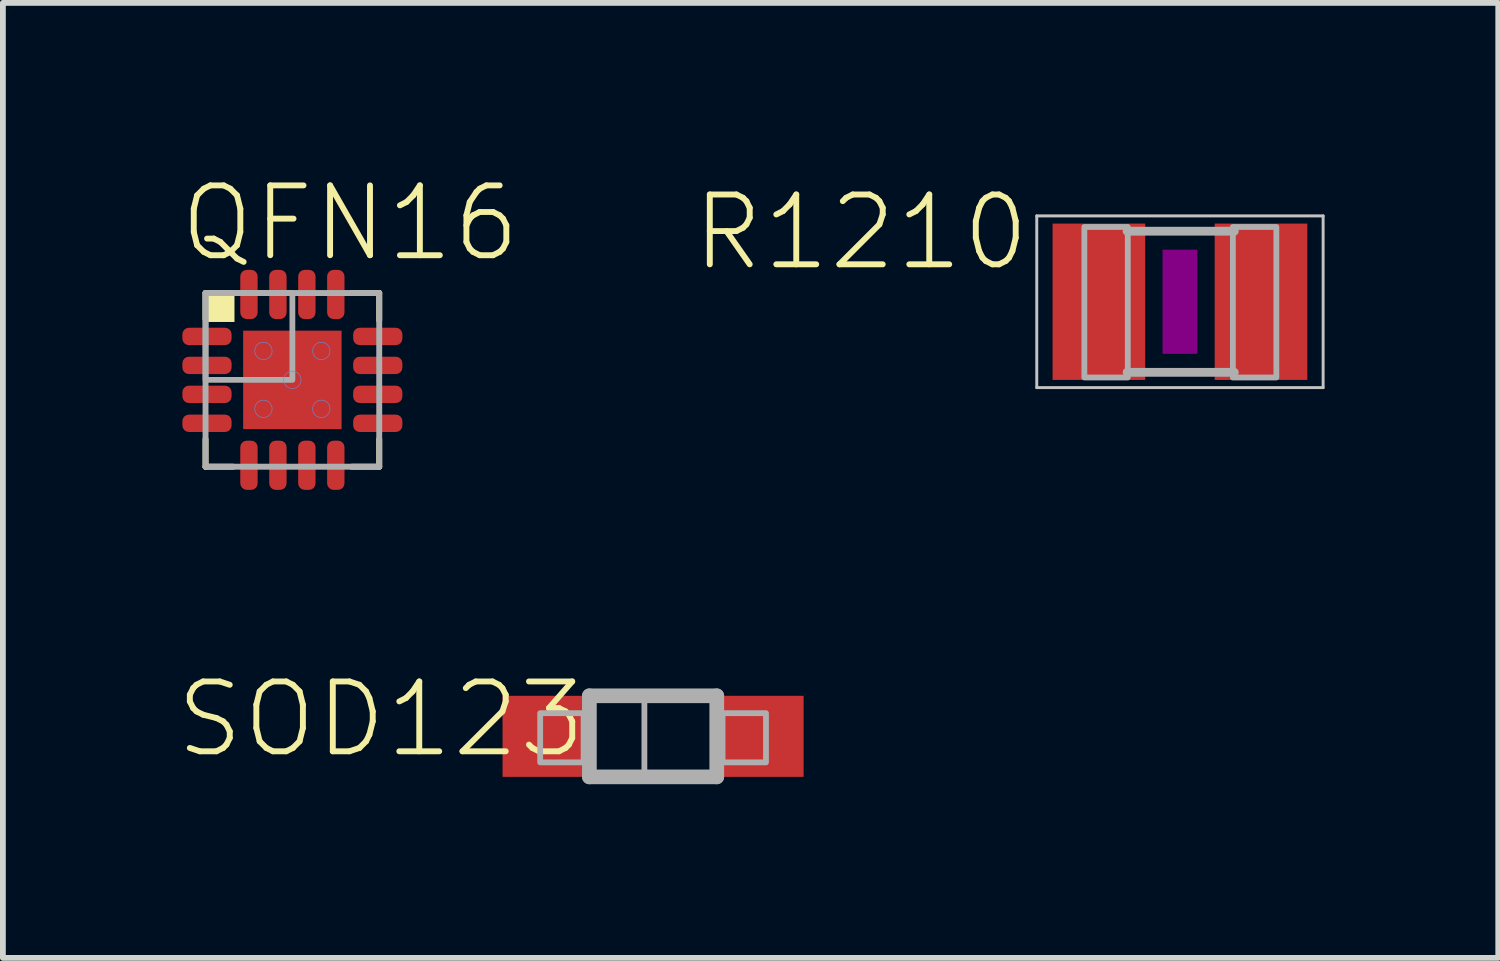
<source format=kicad_pcb>
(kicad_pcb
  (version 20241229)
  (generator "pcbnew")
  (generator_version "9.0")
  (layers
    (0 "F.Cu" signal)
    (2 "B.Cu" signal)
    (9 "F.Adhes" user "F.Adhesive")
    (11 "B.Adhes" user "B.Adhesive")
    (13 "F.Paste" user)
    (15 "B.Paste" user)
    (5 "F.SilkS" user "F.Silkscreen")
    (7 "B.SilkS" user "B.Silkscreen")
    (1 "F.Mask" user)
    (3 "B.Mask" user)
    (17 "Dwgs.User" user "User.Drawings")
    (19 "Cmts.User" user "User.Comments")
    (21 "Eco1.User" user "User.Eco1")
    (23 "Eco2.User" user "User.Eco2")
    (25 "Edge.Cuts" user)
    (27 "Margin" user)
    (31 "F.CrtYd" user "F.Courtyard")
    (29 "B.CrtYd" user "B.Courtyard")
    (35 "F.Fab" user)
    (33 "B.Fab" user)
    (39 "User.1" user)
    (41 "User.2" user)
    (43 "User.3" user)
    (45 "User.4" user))
  (footprint "QFN16"
    (layer "F.Cu")
    (at 2 3.511)
    (property "Reference" "QFN16" (at -2 -2 0) (layer "F.SilkS") (effects (font (size 1.206 1.206) (thickness 0.102)) (justify left bottom)))
    (attr through_hole)
    (fp_circle (center -1.2 -0.75) (end -1 -0.75) (stroke (width 0) (type solid)) (fill yes) (layer "F.Mask"))
    (fp_circle (center -1.2 -0.25) (end -1 -0.25) (stroke (width 0) (type solid)) (fill yes) (layer "F.Mask"))
    (fp_circle (center -1.2 0.25) (end -1 0.25) (stroke (width 0) (type solid)) (fill yes) (layer "F.Mask"))
    (fp_circle (center -1.2 0.75) (end -1 0.75) (stroke (width 0) (type solid)) (fill yes) (layer "F.Mask"))
    (fp_circle (center -0.75 -1.2) (end -0.55 -1.2) (stroke (width 0) (type solid)) (fill yes) (layer "F.Mask"))
    (fp_circle (center -0.75 1.2) (end -0.55 1.2) (stroke (width 0) (type solid)) (fill yes) (layer "F.Mask"))
    (fp_circle (center -0.25 -1.2) (end -0.05 -1.2) (stroke (width 0) (type solid)) (fill yes) (layer "F.Mask"))
    (fp_circle (center -0.25 1.2) (end -0.05 1.2) (stroke (width 0) (type solid)) (fill yes) (layer "F.Mask"))
    (fp_circle (center 0.25 -1.2) (end 0.45 -1.2) (stroke (width 0) (type solid)) (fill yes) (layer "F.Mask"))
    (fp_circle (center 0.25 1.2) (end 0.45 1.2) (stroke (width 0) (type solid)) (fill yes) (layer "F.Mask"))
    (fp_circle (center 0.75 -1.2) (end 0.95 -1.2) (stroke (width 0) (type solid)) (fill yes) (layer "F.Mask"))
    (fp_circle (center 0.75 1.2) (end 0.95 1.2) (stroke (width 0) (type solid)) (fill yes) (layer "F.Mask"))
    (fp_circle (center 1.2 -0.75) (end 1.4 -0.75) (stroke (width 0) (type solid)) (fill yes) (layer "F.Mask"))
    (fp_circle (center 1.2 -0.25) (end 1.4 -0.25) (stroke (width 0) (type solid)) (fill yes) (layer "F.Mask"))
    (fp_circle (center 1.2 0.25) (end 1.4 0.25) (stroke (width 0) (type solid)) (fill yes) (layer "F.Mask"))
    (fp_circle (center 1.2 0.75) (end 1.4 0.75) (stroke (width 0) (type solid)) (fill yes) (layer "F.Mask"))
    (fp_poly (pts (xy -1.9 -0.55) (xy -1.2 -0.55) (xy -1.2 -0.95) (xy -1.9 -0.95)) (stroke (width 0) (type solid)) (fill yes) (layer "F.Mask"))
    (fp_poly (pts (xy -1.9 -0.05) (xy -1.2 -0.05) (xy -1.2 -0.45) (xy -1.9 -0.45)) (stroke (width 0) (type solid)) (fill yes) (layer "F.Mask"))
    (fp_poly (pts (xy -1.9 0.45) (xy -1.2 0.45) (xy -1.2 0.05) (xy -1.9 0.05)) (stroke (width 0) (type solid)) (fill yes) (layer "F.Mask"))
    (fp_poly (pts (xy -1.9 0.95) (xy -1.2 0.95) (xy -1.2 0.55) (xy -1.9 0.55)) (stroke (width 0) (type solid)) (fill yes) (layer "F.Mask"))
    (fp_poly (pts (xy -0.95 -1.9) (xy -0.95 -1.2) (xy -0.55 -1.2) (xy -0.55 -1.9)) (stroke (width 0) (type solid)) (fill yes) (layer "F.Mask"))
    (fp_poly (pts (xy -0.875 0.875) (xy 0.875 0.875) (xy 0.875 -0.875) (xy -0.875 -0.875)) (stroke (width 0) (type solid)) (fill yes) (layer "F.Mask"))
    (fp_poly (pts (xy -0.55 1.9) (xy -0.55 1.2) (xy -0.95 1.2) (xy -0.95 1.9)) (stroke (width 0) (type solid)) (fill yes) (layer "F.Mask"))
    (fp_poly (pts (xy -0.45 -1.9) (xy -0.45 -1.2) (xy -0.05 -1.2) (xy -0.05 -1.9)) (stroke (width 0) (type solid)) (fill yes) (layer "F.Mask"))
    (fp_poly (pts (xy -0.05 1.9) (xy -0.05 1.2) (xy -0.45 1.2) (xy -0.45 1.9)) (stroke (width 0) (type solid)) (fill yes) (layer "F.Mask"))
    (fp_poly (pts (xy 0.05 -1.9) (xy 0.05 -1.2) (xy 0.45 -1.2) (xy 0.45 -1.9)) (stroke (width 0) (type solid)) (fill yes) (layer "F.Mask"))
    (fp_poly (pts (xy 0.45 1.9) (xy 0.45 1.2) (xy 0.05 1.2) (xy 0.05 1.9)) (stroke (width 0) (type solid)) (fill yes) (layer "F.Mask"))
    (fp_poly (pts (xy 0.55 -1.9) (xy 0.55 -1.2) (xy 0.95 -1.2) (xy 0.95 -1.9)) (stroke (width 0) (type solid)) (fill yes) (layer "F.Mask"))
    (fp_poly (pts (xy 0.95 1.9) (xy 0.95 1.2) (xy 0.55 1.2) (xy 0.55 1.9)) (stroke (width 0) (type solid)) (fill yes) (layer "F.Mask"))
    (fp_poly (pts (xy 1.9 -0.95) (xy 1.2 -0.95) (xy 1.2 -0.55) (xy 1.9 -0.55)) (stroke (width 0) (type solid)) (fill yes) (layer "F.Mask"))
    (fp_poly (pts (xy 1.9 -0.45) (xy 1.2 -0.45) (xy 1.2 -0.05) (xy 1.9 -0.05)) (stroke (width 0) (type solid)) (fill yes) (layer "F.Mask"))
    (fp_poly (pts (xy 1.9 0.05) (xy 1.2 0.05) (xy 1.2 0.45) (xy 1.9 0.45)) (stroke (width 0) (type solid)) (fill yes) (layer "F.Mask"))
    (fp_poly (pts (xy 1.9 0.55) (xy 1.2 0.55) (xy 1.2 0.95) (xy 1.9 0.95)) (stroke (width 0) (type solid)) (fill yes) (layer "F.Mask"))
    (fp_line (start -1.5 -1.5) (end -1.05 -1.5) (stroke (width 0.102) (type solid)) (layer "F.SilkS"))
    (fp_line (start -1.5 -1.05) (end -1.5 -1.5) (stroke (width 0.102) (type solid)) (layer "F.SilkS"))
    (fp_line (start -1.5 1.5) (end -1.5 1.025) (stroke (width 0.102) (type solid)) (layer "F.SilkS"))
    (fp_line (start -1.025 1.5) (end -1.5 1.5) (stroke (width 0.102) (type solid)) (layer "F.SilkS"))
    (fp_line (start 1.025 -1.5) (end 1.5 -1.5) (stroke (width 0.102) (type solid)) (layer "F.SilkS"))
    (fp_line (start 1.5 -1.5) (end 1.5 -1.025) (stroke (width 0.102) (type solid)) (layer "F.SilkS"))
    (fp_line (start 1.5 1.025) (end 1.5 1.5) (stroke (width 0.102) (type solid)) (layer "F.SilkS"))
    (fp_line (start 1.5 1.5) (end 1.025 1.5) (stroke (width 0.102) (type solid)) (layer "F.SilkS"))
    (fp_poly (pts (xy -1.5 -1) (xy -1 -1) (xy -1 -1.5) (xy -1.5 -1.5)) (stroke (width 0) (type solid)) (fill yes) (layer "F.SilkS"))
    (fp_circle (center -1.2 -0.75) (end -1.075 -0.75) (stroke (width 0) (type solid)) (fill yes) (layer "F.Paste"))
    (fp_circle (center -1.2 -0.25) (end -1.075 -0.25) (stroke (width 0) (type solid)) (fill yes) (layer "F.Paste"))
    (fp_circle (center -1.2 0.25) (end -1.075 0.25) (stroke (width 0) (type solid)) (fill yes) (layer "F.Paste"))
    (fp_circle (center -1.2 0.75) (end -1.075 0.75) (stroke (width 0) (type solid)) (fill yes) (layer "F.Paste"))
    (fp_circle (center -0.75 -1.2) (end -0.625 -1.2) (stroke (width 0) (type solid)) (fill yes) (layer "F.Paste"))
    (fp_circle (center -0.75 1.2) (end -0.625 1.2) (stroke (width 0) (type solid)) (fill yes) (layer "F.Paste"))
    (fp_circle (center -0.25 -1.2) (end -0.125 -1.2) (stroke (width 0) (type solid)) (fill yes) (layer "F.Paste"))
    (fp_circle (center -0.25 1.2) (end -0.125 1.2) (stroke (width 0) (type solid)) (fill yes) (layer "F.Paste"))
    (fp_circle (center 0.25 -1.2) (end 0.375 -1.2) (stroke (width 0) (type solid)) (fill yes) (layer "F.Paste"))
    (fp_circle (center 0.25 1.2) (end 0.375 1.2) (stroke (width 0) (type solid)) (fill yes) (layer "F.Paste"))
    (fp_circle (center 0.75 -1.2) (end 0.875 -1.2) (stroke (width 0) (type solid)) (fill yes) (layer "F.Paste"))
    (fp_circle (center 0.75 1.2) (end 0.875 1.2) (stroke (width 0) (type solid)) (fill yes) (layer "F.Paste"))
    (fp_circle (center 1.2 -0.75) (end 1.325 -0.75) (stroke (width 0) (type solid)) (fill yes) (layer "F.Paste"))
    (fp_circle (center 1.2 -0.25) (end 1.325 -0.25) (stroke (width 0) (type solid)) (fill yes) (layer "F.Paste"))
    (fp_circle (center 1.2 0.25) (end 1.325 0.25) (stroke (width 0) (type solid)) (fill yes) (layer "F.Paste"))
    (fp_circle (center 1.2 0.75) (end 1.325 0.75) (stroke (width 0) (type solid)) (fill yes) (layer "F.Paste"))
    (fp_poly (pts (xy -1.85 -0.625) (xy -1.2 -0.625) (xy -1.2 -0.875) (xy -1.85 -0.875)) (stroke (width 0) (type solid)) (fill yes) (layer "F.Paste"))
    (fp_poly (pts (xy -1.85 -0.125) (xy -1.2 -0.125) (xy -1.2 -0.375) (xy -1.85 -0.375)) (stroke (width 0) (type solid)) (fill yes) (layer "F.Paste"))
    (fp_poly (pts (xy -1.85 0.375) (xy -1.2 0.375) (xy -1.2 0.125) (xy -1.85 0.125)) (stroke (width 0) (type solid)) (fill yes) (layer "F.Paste"))
    (fp_poly (pts (xy -1.85 0.875) (xy -1.2 0.875) (xy -1.2 0.625) (xy -1.85 0.625)) (stroke (width 0) (type solid)) (fill yes) (layer "F.Paste"))
    (fp_poly (pts (xy -0.875 -1.85) (xy -0.875 -1.2) (xy -0.625 -1.2) (xy -0.625 -1.85)) (stroke (width 0) (type solid)) (fill yes) (layer "F.Paste"))
    (fp_poly (pts (xy -0.625 1.85) (xy -0.625 1.2) (xy -0.875 1.2) (xy -0.875 1.85)) (stroke (width 0) (type solid)) (fill yes) (layer "F.Paste"))
    (fp_poly (pts (xy -0.375 -1.85) (xy -0.375 -1.2) (xy -0.125 -1.2) (xy -0.125 -1.85)) (stroke (width 0) (type solid)) (fill yes) (layer "F.Paste"))
    (fp_poly (pts (xy -0.125 1.85) (xy -0.125 1.2) (xy -0.375 1.2) (xy -0.375 1.85)) (stroke (width 0) (type solid)) (fill yes) (layer "F.Paste"))
    (fp_poly (pts (xy -0.1 -0.1) (xy -0.1 -0.8) (xy -0.8 -0.8) (xy -0.8 -0.1)) (stroke (width 0) (type solid)) (fill yes) (layer "F.Paste"))
    (fp_poly (pts (xy -0.1 0.1) (xy -0.8 0.1) (xy -0.8 0.8) (xy -0.1 0.8)) (stroke (width 0) (type solid)) (fill yes) (layer "F.Paste"))
    (fp_poly (pts (xy 0.1 -0.1) (xy 0.8 -0.1) (xy 0.8 -0.8) (xy 0.1 -0.8)) (stroke (width 0) (type solid)) (fill yes) (layer "F.Paste"))
    (fp_poly (pts (xy 0.1 0.1) (xy 0.1 0.8) (xy 0.8 0.8) (xy 0.8 0.1)) (stroke (width 0) (type solid)) (fill yes) (layer "F.Paste"))
    (fp_poly (pts (xy 0.125 -1.85) (xy 0.125 -1.2) (xy 0.375 -1.2) (xy 0.375 -1.85)) (stroke (width 0) (type solid)) (fill yes) (layer "F.Paste"))
    (fp_poly (pts (xy 0.375 1.85) (xy 0.375 1.2) (xy 0.125 1.2) (xy 0.125 1.85)) (stroke (width 0) (type solid)) (fill yes) (layer "F.Paste"))
    (fp_poly (pts (xy 0.625 -1.85) (xy 0.625 -1.2) (xy 0.875 -1.2) (xy 0.875 -1.85)) (stroke (width 0) (type solid)) (fill yes) (layer "F.Paste"))
    (fp_poly (pts (xy 0.875 1.85) (xy 0.875 1.2) (xy 0.625 1.2) (xy 0.625 1.85)) (stroke (width 0) (type solid)) (fill yes) (layer "F.Paste"))
    (fp_poly (pts (xy 1.85 -0.875) (xy 1.2 -0.875) (xy 1.2 -0.625) (xy 1.85 -0.625)) (stroke (width 0) (type solid)) (fill yes) (layer "F.Paste"))
    (fp_poly (pts (xy 1.85 -0.375) (xy 1.2 -0.375) (xy 1.2 -0.125) (xy 1.85 -0.125)) (stroke (width 0) (type solid)) (fill yes) (layer "F.Paste"))
    (fp_poly (pts (xy 1.85 0.125) (xy 1.2 0.125) (xy 1.2 0.375) (xy 1.85 0.375)) (stroke (width 0) (type solid)) (fill yes) (layer "F.Paste"))
    (fp_poly (pts (xy 1.85 0.625) (xy 1.2 0.625) (xy 1.2 0.875) (xy 1.85 0.875)) (stroke (width 0) (type solid)) (fill yes) (layer "F.Paste"))
    (fp_circle (center -0.5 -0.5) (end -0.35 -0.5) (stroke (width 0.01) (type solid)) (fill no) (layer "Cmts.User"))
    (fp_circle (center -0.5 0.5) (end -0.35 0.5) (stroke (width 0.01) (type solid)) (fill no) (layer "Cmts.User"))
    (fp_circle (center 0 0) (end 0.15 0) (stroke (width 0.01) (type solid)) (fill no) (layer "Cmts.User"))
    (fp_circle (center 0.5 -0.5) (end 0.65 -0.5) (stroke (width 0.01) (type solid)) (fill no) (layer "Cmts.User"))
    (fp_circle (center 0.5 0.5) (end 0.65 0.5) (stroke (width 0.01) (type solid)) (fill no) (layer "Cmts.User"))
    (fp_line (start -1.5 -1.5) (end 1.5 -1.5) (stroke (width 0.102) (type solid)) (layer "F.Fab"))
    (fp_line (start -1.5 1.5) (end -1.5 -1.5) (stroke (width 0.102) (type solid)) (layer "F.Fab"))
    (fp_line (start 1.5 -1.5) (end 1.5 1.5) (stroke (width 0.102) (type solid)) (layer "F.Fab"))
    (fp_line (start 1.5 1.5) (end -1.5 1.5) (stroke (width 0.102) (type solid)) (layer "F.Fab"))
    (fp_poly (pts (xy -1.5 0) (xy 0 0) (xy 0 -1.5) (xy -1.5 -1.5)) (stroke (width 0.1) (type solid)) (fill no) (layer "F.Fab"))
    (pad "1" smd roundrect (at -1.475 -0.75) (size 0.85 0.3) (layers "F.Cu" "F.Mask") (roundrect_rratio 0.375))
    (pad "2" smd roundrect (at -1.475 -0.25) (size 0.85 0.3) (layers "F.Cu" "F.Mask") (roundrect_rratio 0.375))
    (pad "3" smd roundrect (at -1.475 0.25) (size 0.85 0.3) (layers "F.Cu" "F.Mask") (roundrect_rratio 0.375))
    (pad "4" smd roundrect (at -1.475 0.75) (size 0.85 0.3) (layers "F.Cu" "F.Mask") (roundrect_rratio 0.375))
    (pad "5" smd roundrect (at -0.75 1.475 90) (size 0.85 0.3) (layers "F.Cu" "F.Mask") (roundrect_rratio 0.375))
    (pad "6" smd roundrect (at -0.25 1.475 90) (size 0.85 0.3) (layers "F.Cu" "F.Mask") (roundrect_rratio 0.375))
    (pad "7" smd roundrect (at 0.25 1.475 90) (size 0.85 0.3) (layers "F.Cu" "F.Mask") (roundrect_rratio 0.375))
    (pad "8" smd roundrect (at 0.75 1.475 90) (size 0.85 0.3) (layers "F.Cu" "F.Mask") (roundrect_rratio 0.375))
    (pad "9" smd roundrect (at 1.475 0.75 180) (size 0.85 0.3) (layers "F.Cu" "F.Mask") (roundrect_rratio 0.375))
    (pad "10" smd roundrect (at 1.475 0.25 180) (size 0.85 0.3) (layers "F.Cu" "F.Mask") (roundrect_rratio 0.375))
    (pad "11" smd roundrect (at 1.475 -0.25 180) (size 0.85 0.3) (layers "F.Cu" "F.Mask") (roundrect_rratio 0.375))
    (pad "12" smd roundrect (at 1.475 -0.75 180) (size 0.85 0.3) (layers "F.Cu" "F.Mask") (roundrect_rratio 0.375))
    (pad "13" smd roundrect (at 0.75 -1.475 270) (size 0.85 0.3) (layers "F.Cu" "F.Mask") (roundrect_rratio 0.375))
    (pad "14" smd roundrect (at 0.25 -1.475 270) (size 0.85 0.3) (layers "F.Cu" "F.Mask") (roundrect_rratio 0.375))
    (pad "15" smd roundrect (at -0.25 -1.475 270) (size 0.85 0.3) (layers "F.Cu" "F.Mask") (roundrect_rratio 0.375))
    (pad "16" smd roundrect (at -0.75 -1.475 270) (size 0.85 0.3) (layers "F.Cu" "F.Mask") (roundrect_rratio 0.375))
    (pad "TH" smd rect (at 0 0) (size 1.7 1.7) (layers "F.Cu" "F.Mask")))
  (footprint "SOD123"
    (layer "F.Cu")
    (at 8.23 9.668)
    (property "Reference" "SOD123" (at -1.1 -1 0) (layer "F.SilkS") (effects (font (size 1.206 1.206) (thickness 0.102)) (justify right top)))
    (attr through_hole)
    (fp_line (start -1.1 -0.7) (end 1.1 -0.7) (stroke (width 0.254) (type solid)) (layer "F.Fab"))
    (fp_line (start -1.1 0.7) (end -1.1 -0.7) (stroke (width 0.254) (type solid)) (layer "F.Fab"))
    (fp_line (start 1.1 -0.7) (end 1.1 0.7) (stroke (width 0.254) (type solid)) (layer "F.Fab"))
    (fp_line (start 1.1 0.7) (end -1.1 0.7) (stroke (width 0.254) (type solid)) (layer "F.Fab"))
    (fp_poly (pts (xy -1.95 0.45) (xy -1.2 0.45) (xy -1.2 -0.4) (xy -1.95 -0.4)) (stroke (width 0.1) (type solid)) (fill no) (layer "F.Fab"))
    (fp_poly (pts (xy -1.05 0.65) (xy -0.15 0.65) (xy -0.15 -0.7) (xy -1.05 -0.7)) (stroke (width 0.1) (type solid)) (fill no) (layer "F.Fab"))
    (fp_poly (pts (xy 1.2 0.45) (xy 1.95 0.45) (xy 1.95 -0.4) (xy 1.2 -0.4)) (stroke (width 0.1) (type solid)) (fill no) (layer "F.Fab"))
    (pad "A" smd rect (at 1.9 0) (size 1.4 1.4) (layers "F.Cu" "F.Mask" "F.Paste"))
    (pad "C" smd rect (at -1.9 0) (size 1.4 1.4) (layers "F.Cu" "F.Mask" "F.Paste")))
  (footprint "R1210"
    (layer "F.Cu")
    (at 17.33 2.162)
    (property "Reference" "R1210" (at -2.54 -1.905 0) (layer "F.SilkS") (effects (font (size 1.206 1.206) (thickness 0.102)) (justify right top)))
    (attr through_hole)
    (fp_poly (pts (xy -0.3 0.9) (xy 0.3 0.9) (xy 0.3 -0.9) (xy -0.3 -0.9)) (stroke (width 0) (type solid)) (fill yes) (layer "F.Adhes"))
    (fp_line (start -2.473 -1.483) (end 2.473 -1.483) (stroke (width 0.051) (type solid)) (layer "Dwgs.User"))
    (fp_line (start -2.473 1.483) (end -2.473 -1.483) (stroke (width 0.051) (type solid)) (layer "Dwgs.User"))
    (fp_line (start 2.473 -1.483) (end 2.473 1.483) (stroke (width 0.051) (type solid)) (layer "Dwgs.User"))
    (fp_line (start 2.473 1.483) (end -2.473 1.483) (stroke (width 0.051) (type solid)) (layer "Dwgs.User"))
    (fp_line (start -0.913 -1.219) (end 0.939 -1.219) (stroke (width 0.152) (type solid)) (layer "F.Fab"))
    (fp_line (start -0.913 1.219) (end 0.939 1.219) (stroke (width 0.152) (type solid)) (layer "F.Fab"))
    (fp_poly (pts (xy -1.651 1.308) (xy -0.901 1.308) (xy -0.901 -1.292) (xy -1.651 -1.292)) (stroke (width 0.1) (type solid)) (fill no) (layer "F.Fab"))
    (fp_poly (pts (xy 0.914 1.308) (xy 1.665 1.308) (xy 1.665 -1.292) (xy 0.914 -1.292)) (stroke (width 0.1) (type solid)) (fill no) (layer "F.Fab"))
    (pad "1" smd rect (at -1.4 0) (size 1.6 2.7) (layers "F.Cu" "F.Mask" "F.Paste"))
    (pad "2" smd rect (at 1.4 0) (size 1.6 2.7) (layers "F.Cu" "F.Mask" "F.Paste")))
  (gr_rect
    (start -3 -3)
    (end 22.828 13.495)
    (stroke (width 0.1) (type default))
    (fill no)
    (layer "Edge.Cuts")))
</source>
